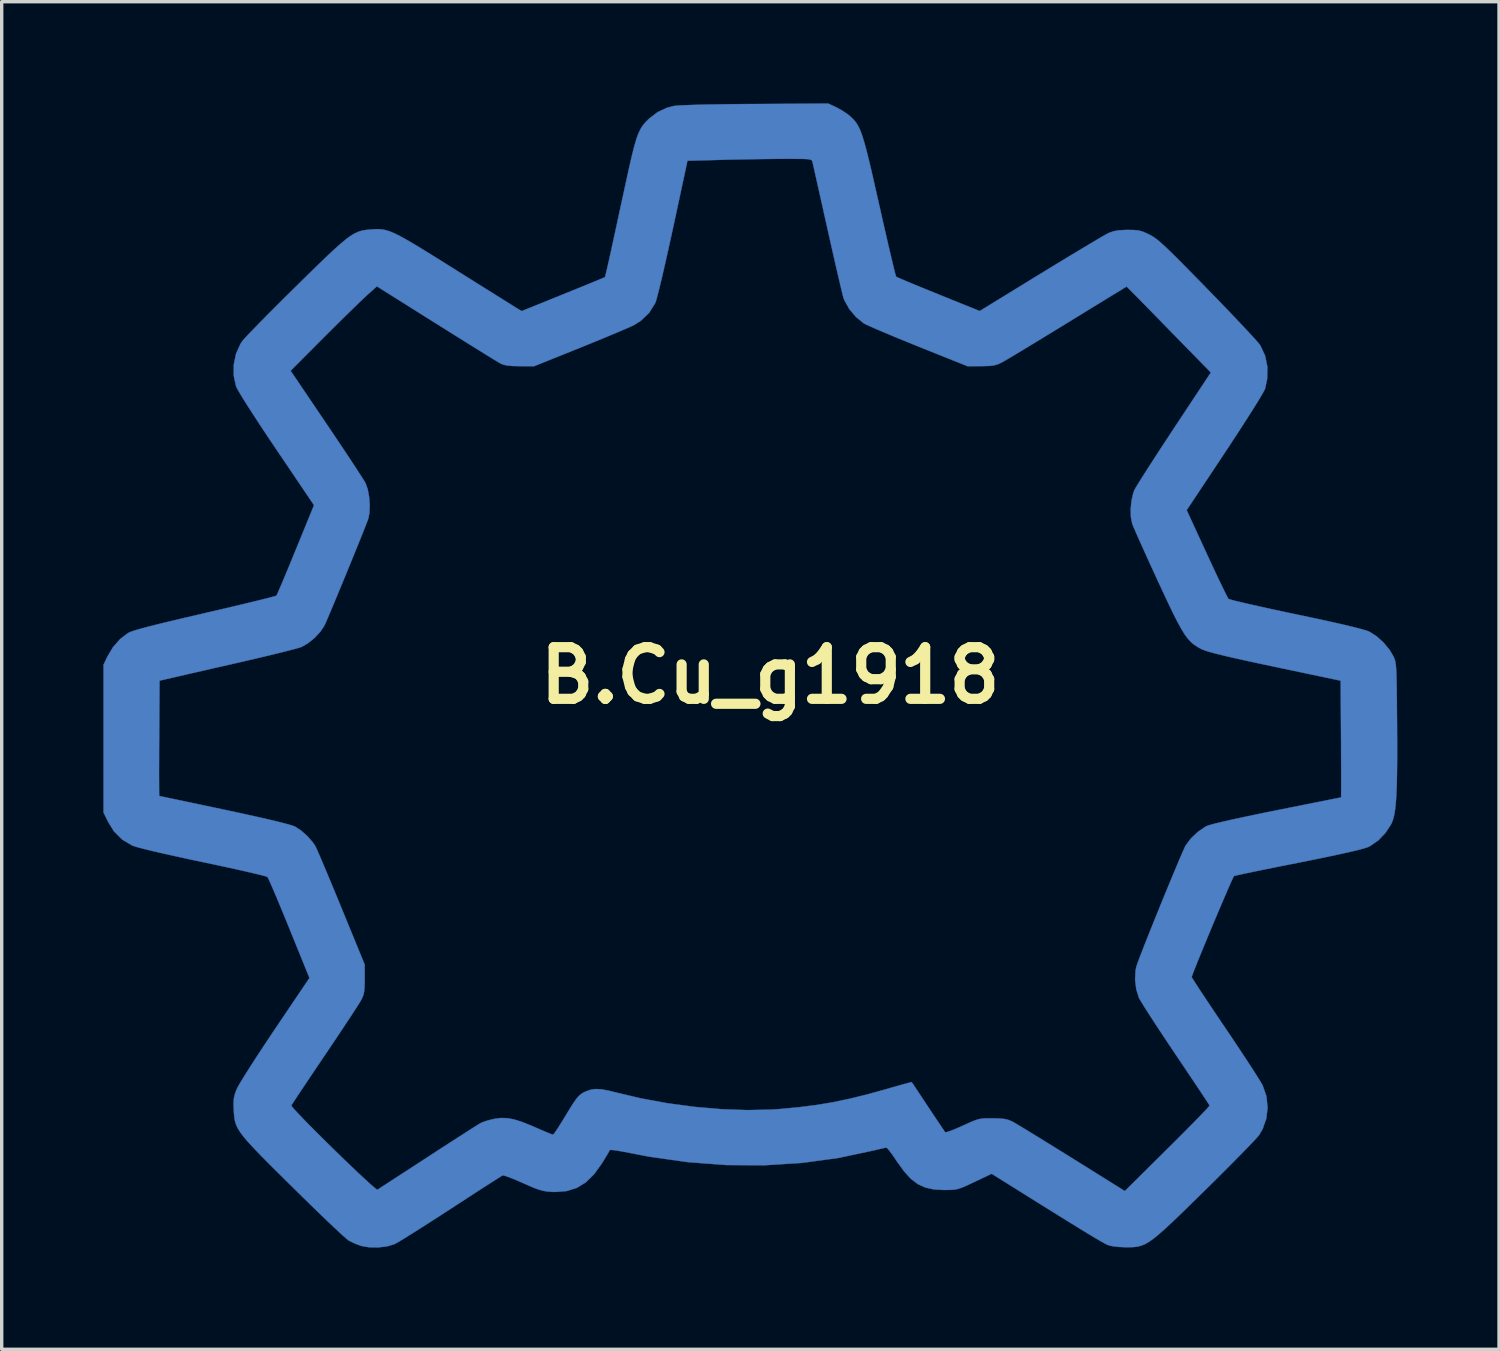
<source format=kicad_pcb>
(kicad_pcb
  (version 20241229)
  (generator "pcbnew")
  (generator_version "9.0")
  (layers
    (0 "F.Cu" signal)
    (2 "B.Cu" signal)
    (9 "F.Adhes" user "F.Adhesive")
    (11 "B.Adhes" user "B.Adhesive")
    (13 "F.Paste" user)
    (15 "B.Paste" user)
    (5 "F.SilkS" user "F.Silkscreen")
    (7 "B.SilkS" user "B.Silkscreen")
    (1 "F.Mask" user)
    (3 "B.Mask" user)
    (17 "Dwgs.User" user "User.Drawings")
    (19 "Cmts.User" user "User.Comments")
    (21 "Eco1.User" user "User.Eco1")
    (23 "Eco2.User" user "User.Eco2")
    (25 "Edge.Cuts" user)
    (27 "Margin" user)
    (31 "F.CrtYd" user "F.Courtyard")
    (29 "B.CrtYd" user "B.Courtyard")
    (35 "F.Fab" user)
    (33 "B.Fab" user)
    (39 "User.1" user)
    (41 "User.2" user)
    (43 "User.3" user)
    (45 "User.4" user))
  (footprint "B.Cu_g1918"
    (layer "F.Cu")
    (at 19.669 16.875)
    (property "Reference" "B.Cu_g1918" (at 0 0 0) (layer "F.SilkS") (effects (font (size 1.524 1.524) (thickness 0.3))))
    (attr through_hole)
    (fp_poly (pts (xy 1.952 -16.758) (xy 2.117 -16.668) (xy 2.279 -16.56) (xy 2.357 -16.496) (xy 2.431 -16.427) (xy 2.495 -16.357) (xy 2.554 -16.279) (xy 2.608 -16.186) (xy 2.661 -16.071) (xy 2.714 -15.925) (xy 2.771 -15.743) (xy 2.833 -15.516) (xy 2.903 -15.238) (xy 2.983 -14.902) (xy 3.075 -14.499) (xy 3.183 -14.023) (xy 3.221 -13.854) (xy 3.312 -13.449) (xy 3.399 -13.069) (xy 3.479 -12.722) (xy 3.551 -12.417) (xy 3.612 -12.16) (xy 3.66 -11.961) (xy 3.695 -11.827) (xy 3.713 -11.766) (xy 3.715 -11.763) (xy 3.761 -11.741) (xy 3.875 -11.691) (xy 4.049 -11.617) (xy 4.272 -11.524) (xy 4.534 -11.417) (xy 4.826 -11.298) (xy 4.963 -11.242) (xy 6.18 -10.75) (xy 7.984 -11.857) (xy 8.345 -12.077) (xy 8.69 -12.287) (xy 9.011 -12.481) (xy 9.3 -12.654) (xy 9.549 -12.803) (xy 9.75 -12.921) (xy 9.897 -13.005) (xy 9.979 -13.05) (xy 9.985 -13.052) (xy 10.126 -13.103) (xy 10.287 -13.132) (xy 10.498 -13.143) (xy 10.542 -13.143) (xy 10.733 -13.14) (xy 10.873 -13.125) (xy 10.996 -13.09) (xy 11.137 -13.029) (xy 11.181 -13.007) (xy 11.251 -12.97) (xy 11.323 -12.925) (xy 11.403 -12.867) (xy 11.498 -12.789) (xy 11.612 -12.686) (xy 11.752 -12.554) (xy 11.924 -12.385) (xy 12.134 -12.176) (xy 12.386 -11.92) (xy 12.689 -11.612) (xy 12.901 -11.394) (xy 13.192 -11.095) (xy 13.468 -10.809) (xy 13.723 -10.542) (xy 13.949 -10.302) (xy 14.142 -10.096) (xy 14.295 -9.929) (xy 14.4 -9.809) (xy 14.453 -9.743) (xy 14.454 -9.742) (xy 14.598 -9.435) (xy 14.667 -9.099) (xy 14.659 -8.744) (xy 14.598 -8.459) (xy 14.564 -8.388) (xy 14.487 -8.253) (xy 14.372 -8.063) (xy 14.224 -7.825) (xy 14.047 -7.547) (xy 13.847 -7.237) (xy 13.627 -6.9) (xy 13.415 -6.578) (xy 12.285 -4.877) (xy 12.877 -3.592) (xy 13.02 -3.284) (xy 13.153 -2.999) (xy 13.273 -2.747) (xy 13.374 -2.538) (xy 13.452 -2.381) (xy 13.502 -2.284) (xy 13.518 -2.259) (xy 13.569 -2.241) (xy 13.694 -2.207) (xy 13.885 -2.161) (xy 14.134 -2.103) (xy 14.432 -2.036) (xy 14.771 -1.961) (xy 15.143 -1.881) (xy 15.515 -1.802) (xy 16.061 -1.687) (xy 16.526 -1.586) (xy 16.911 -1.499) (xy 17.218 -1.425) (xy 17.45 -1.365) (xy 17.607 -1.318) (xy 17.679 -1.289) (xy 17.889 -1.155) (xy 18.096 -0.967) (xy 18.274 -0.75) (xy 18.386 -0.56) (xy 18.409 -0.508) (xy 18.428 -0.455) (xy 18.443 -0.391) (xy 18.455 -0.31) (xy 18.464 -0.201) (xy 18.472 -0.057) (xy 18.477 0.131) (xy 18.482 0.371) (xy 18.485 0.672) (xy 18.488 1.042) (xy 18.491 1.414) (xy 18.494 1.976) (xy 18.494 2.461) (xy 18.49 2.874) (xy 18.483 3.223) (xy 18.471 3.514) (xy 18.455 3.755) (xy 18.434 3.951) (xy 18.408 4.11) (xy 18.376 4.238) (xy 18.338 4.343) (xy 18.318 4.385) (xy 18.153 4.639) (xy 17.94 4.862) (xy 17.702 5.028) (xy 17.638 5.06) (xy 17.533 5.096) (xy 17.348 5.146) (xy 17.085 5.208) (xy 16.749 5.283) (xy 16.343 5.368) (xy 15.869 5.465) (xy 15.579 5.523) (xy 15.194 5.599) (xy 14.834 5.671) (xy 14.508 5.737) (xy 14.223 5.796) (xy 13.99 5.845) (xy 13.816 5.883) (xy 13.71 5.908) (xy 13.681 5.917) (xy 13.658 5.959) (xy 13.606 6.069) (xy 13.532 6.236) (xy 13.439 6.451) (xy 13.331 6.702) (xy 13.214 6.978) (xy 13.09 7.271) (xy 12.966 7.568) (xy 12.845 7.86) (xy 12.731 8.136) (xy 12.629 8.386) (xy 12.544 8.599) (xy 12.479 8.764) (xy 12.44 8.872) (xy 12.432 8.895) (xy 12.454 8.934) (xy 12.518 9.036) (xy 12.62 9.194) (xy 12.755 9.399) (xy 12.918 9.644) (xy 13.104 9.923) (xy 13.308 10.227) (xy 13.42 10.391) (xy 13.638 10.715) (xy 13.845 11.026) (xy 14.035 11.314) (xy 14.203 11.571) (xy 14.342 11.788) (xy 14.447 11.956) (xy 14.513 12.067) (xy 14.527 12.094) (xy 14.637 12.41) (xy 14.672 12.743) (xy 14.634 13.073) (xy 14.524 13.384) (xy 14.424 13.553) (xy 14.367 13.622) (xy 14.255 13.743) (xy 14.096 13.91) (xy 13.896 14.115) (xy 13.662 14.353) (xy 13.4 14.616) (xy 13.117 14.898) (xy 12.825 15.186) (xy 12.46 15.544) (xy 12.149 15.847) (xy 11.886 16.1) (xy 11.664 16.307) (xy 11.477 16.473) (xy 11.319 16.602) (xy 11.183 16.7) (xy 11.064 16.77) (xy 10.954 16.816) (xy 10.847 16.845) (xy 10.738 16.86) (xy 10.619 16.865) (xy 10.499 16.866) (xy 10.262 16.856) (xy 10.065 16.829) (xy 9.966 16.801) (xy 9.92 16.781) (xy 9.852 16.746) (xy 9.757 16.692) (xy 9.63 16.619) (xy 9.468 16.522) (xy 9.265 16.399) (xy 9.018 16.247) (xy 8.723 16.065) (xy 8.374 15.848) (xy 7.967 15.595) (xy 7.499 15.302) (xy 6.964 14.967) (xy 6.855 14.899) (xy 6.534 14.698) (xy 6.029 14.937) (xy 5.823 15.034) (xy 5.671 15.101) (xy 5.552 15.142) (xy 5.444 15.165) (xy 5.324 15.174) (xy 5.171 15.176) (xy 5.122 15.177) (xy 4.827 15.16) (xy 4.576 15.105) (xy 4.354 15.003) (xy 4.149 14.846) (xy 3.949 14.626) (xy 3.738 14.334) (xy 3.709 14.289) (xy 3.606 14.138) (xy 3.516 14.018) (xy 3.451 13.944) (xy 3.426 13.928) (xy 3.365 13.938) (xy 3.246 13.964) (xy 3.091 14.001) (xy 3.055 14.01) (xy 2.007 14.233) (xy 0.93 14.379) (xy -0.172 14.448) (xy -1.292 14.441) (xy -2.424 14.356) (xy -3.563 14.195) (xy -4.105 14.091) (xy -4.321 14.049) (xy -4.505 14.017) (xy -4.643 13.998) (xy -4.72 13.995) (xy -4.731 13.999) (xy -4.757 14.048) (xy -4.818 14.151) (xy -4.903 14.292) (xy -4.964 14.391) (xy -5.193 14.71) (xy -5.436 14.95) (xy -5.703 15.114) (xy -6.001 15.208) (xy -6.337 15.235) (xy -6.426 15.233) (xy -6.568 15.222) (xy -6.694 15.202) (xy -6.823 15.167) (xy -6.977 15.11) (xy -7.175 15.024) (xy -7.295 14.971) (xy -7.495 14.884) (xy -7.669 14.813) (xy -7.803 14.765) (xy -7.88 14.745) (xy -7.891 14.746) (xy -7.936 14.772) (xy -8.045 14.841) (xy -8.21 14.945) (xy -8.422 15.081) (xy -8.674 15.244) (xy -8.959 15.429) (xy -9.268 15.63) (xy -9.422 15.73) (xy -9.746 15.94) (xy -10.055 16.138) (xy -10.339 16.32) (xy -10.59 16.478) (xy -10.799 16.608) (xy -10.959 16.705) (xy -11.06 16.762) (xy -11.082 16.774) (xy -11.301 16.84) (xy -11.562 16.871) (xy -11.829 16.867) (xy -12.054 16.829) (xy -12.22 16.77) (xy -12.385 16.693) (xy -12.443 16.66) (xy -12.506 16.609) (xy -12.623 16.505) (xy -12.786 16.354) (xy -12.99 16.162) (xy -13.227 15.935) (xy -13.491 15.679) (xy -13.775 15.402) (xy -14.073 15.109) (xy -14.094 15.088) (xy -14.457 14.729) (xy -14.764 14.424) (xy -15.02 14.165) (xy -15.23 13.947) (xy -15.399 13.764) (xy -15.531 13.609) (xy -15.631 13.476) (xy -15.704 13.359) (xy -15.754 13.252) (xy -15.787 13.148) (xy -15.806 13.041) (xy -15.817 12.925) (xy -15.824 12.808) (xy -15.83 12.614) (xy -15.819 12.468) (xy -15.787 12.336) (xy -15.74 12.211) (xy -15.695 12.122) (xy -15.607 11.972) (xy -15.483 11.77) (xy -15.327 11.524) (xy -15.146 11.244) (xy -14.945 10.937) (xy -14.729 10.613) (xy -14.614 10.441) (xy -13.59 8.923) (xy -14.185 7.457) (xy -14.321 7.124) (xy -14.449 6.814) (xy -14.564 6.538) (xy -14.664 6.304) (xy -14.744 6.121) (xy -14.8 5.997) (xy -14.829 5.943) (xy -14.83 5.942) (xy -14.881 5.924) (xy -15.006 5.89) (xy -15.197 5.844) (xy -15.445 5.786) (xy -15.741 5.719) (xy -16.078 5.645) (xy -16.446 5.566) (xy -16.743 5.504) (xy -17.174 5.412) (xy -17.573 5.325) (xy -17.93 5.245) (xy -18.24 5.173) (xy -18.493 5.111) (xy -18.681 5.061) (xy -18.797 5.025) (xy -18.817 5.017) (xy -19.115 4.84) (xy -19.354 4.602) (xy -19.524 4.328) (xy -19.664 4.045) (xy -19.664 2.873) (xy -18.028 2.873) (xy -18.027 3.133) (xy -18.026 3.339) (xy -18.025 3.481) (xy -18.022 3.55) (xy -18.021 3.556) (xy -17.978 3.564) (xy -17.86 3.589) (xy -17.677 3.627) (xy -17.435 3.678) (xy -17.143 3.739) (xy -16.81 3.81) (xy -16.444 3.887) (xy -16.11 3.958) (xy -15.611 4.065) (xy -15.171 4.162) (xy -14.796 4.248) (xy -14.488 4.321) (xy -14.253 4.382) (xy -14.093 4.428) (xy -14.022 4.455) (xy -13.84 4.573) (xy -13.652 4.739) (xy -13.489 4.926) (xy -13.423 5.023) (xy -13.391 5.087) (xy -13.332 5.221) (xy -13.247 5.416) (xy -13.143 5.662) (xy -13.021 5.953) (xy -12.886 6.277) (xy -12.741 6.628) (xy -12.655 6.837) (xy -11.961 8.53) (xy -11.961 8.954) (xy -11.964 9.162) (xy -11.976 9.31) (xy -11.999 9.422) (xy -12.039 9.523) (xy -12.062 9.567) (xy -12.107 9.644) (xy -12.194 9.781) (xy -12.318 9.972) (xy -12.472 10.206) (xy -12.651 10.476) (xy -12.849 10.773) (xy -13.06 11.087) (xy -13.135 11.197) (xy -13.345 11.509) (xy -13.541 11.8) (xy -13.717 12.063) (xy -13.868 12.289) (xy -13.988 12.471) (xy -14.074 12.601) (xy -14.119 12.672) (xy -14.125 12.683) (xy -14.101 12.723) (xy -14.023 12.815) (xy -13.899 12.948) (xy -13.736 13.118) (xy -13.543 13.315) (xy -13.326 13.532) (xy -13.094 13.762) (xy -12.855 13.997) (xy -12.616 14.23) (xy -12.384 14.453) (xy -12.167 14.659) (xy -11.974 14.839) (xy -11.811 14.988) (xy -11.687 15.097) (xy -11.609 15.158) (xy -11.585 15.169) (xy -11.54 15.14) (xy -11.432 15.069) (xy -11.268 14.963) (xy -11.057 14.826) (xy -10.806 14.663) (xy -10.523 14.479) (xy -10.216 14.279) (xy -10.096 14.201) (xy -9.778 13.994) (xy -9.478 13.8) (xy -9.205 13.624) (xy -8.966 13.471) (xy -8.771 13.346) (xy -8.627 13.256) (xy -8.542 13.205) (xy -8.529 13.197) (xy -8.418 13.153) (xy -8.262 13.108) (xy -8.137 13.079) (xy -7.95 13.054) (xy -7.765 13.058) (xy -7.566 13.093) (xy -7.336 13.164) (xy -7.059 13.274) (xy -6.918 13.335) (xy -6.732 13.416) (xy -6.574 13.483) (xy -6.46 13.528) (xy -6.407 13.545) (xy -6.406 13.545) (xy -6.372 13.511) (xy -6.305 13.416) (xy -6.213 13.275) (xy -6.106 13.102) (xy -6.075 13.051) (xy -5.93 12.811) (xy -5.817 12.632) (xy -5.729 12.504) (xy -5.655 12.414) (xy -5.586 12.352) (xy -5.513 12.306) (xy -5.443 12.272) (xy -5.301 12.221) (xy -5.153 12.199) (xy -4.981 12.208) (xy -4.764 12.247) (xy -4.565 12.297) (xy -3.807 12.476) (xy -3.02 12.62) (xy -2.222 12.726) (xy -1.432 12.794) (xy -0.669 12.821) (xy 0.048 12.805) (xy 0.296 12.788) (xy 0.858 12.734) (xy 1.373 12.669) (xy 1.866 12.586) (xy 2.364 12.481) (xy 2.892 12.35) (xy 3.387 12.213) (xy 3.629 12.143) (xy 3.842 12.083) (xy 4.012 12.036) (xy 4.127 12.005) (xy 4.174 11.994) (xy 4.174 11.994) (xy 4.198 12.03) (xy 4.262 12.126) (xy 4.358 12.271) (xy 4.48 12.455) (xy 4.62 12.667) (xy 4.656 12.721) (xy 4.802 12.941) (xy 4.933 13.136) (xy 5.041 13.297) (xy 5.119 13.412) (xy 5.159 13.47) (xy 5.162 13.473) (xy 5.21 13.469) (xy 5.318 13.434) (xy 5.471 13.373) (xy 5.654 13.293) (xy 5.676 13.283) (xy 5.878 13.191) (xy 6.027 13.128) (xy 6.145 13.09) (xy 6.256 13.07) (xy 6.382 13.063) (xy 6.547 13.063) (xy 6.562 13.063) (xy 6.772 13.069) (xy 6.923 13.084) (xy 7.04 13.114) (xy 7.147 13.161) (xy 7.221 13.203) (xy 7.359 13.285) (xy 7.552 13.402) (xy 7.79 13.548) (xy 8.067 13.718) (xy 8.374 13.908) (xy 8.701 14.111) (xy 8.896 14.232) (xy 10.461 15.209) (xy 11.716 13.965) (xy 11.985 13.698) (xy 12.233 13.449) (xy 12.455 13.225) (xy 12.644 13.031) (xy 12.795 12.874) (xy 12.901 12.76) (xy 12.955 12.697) (xy 12.962 12.686) (xy 12.937 12.644) (xy 12.869 12.54) (xy 12.764 12.38) (xy 12.626 12.173) (xy 12.461 11.926) (xy 12.273 11.645) (xy 12.068 11.34) (xy 11.956 11.173) (xy 11.739 10.85) (xy 11.535 10.542) (xy 11.348 10.258) (xy 11.185 10.007) (xy 11.05 9.796) (xy 10.95 9.634) (xy 10.889 9.531) (xy 10.876 9.505) (xy 10.798 9.254) (xy 10.764 8.974) (xy 10.777 8.704) (xy 10.806 8.572) (xy 10.84 8.473) (xy 10.902 8.308) (xy 10.987 8.088) (xy 11.091 7.824) (xy 11.209 7.527) (xy 11.338 7.206) (xy 11.473 6.873) (xy 11.61 6.537) (xy 11.745 6.209) (xy 11.873 5.901) (xy 11.99 5.621) (xy 12.091 5.381) (xy 12.174 5.191) (xy 12.232 5.062) (xy 12.257 5.013) (xy 12.409 4.809) (xy 12.612 4.616) (xy 12.837 4.462) (xy 12.869 4.445) (xy 12.957 4.414) (xy 13.125 4.368) (xy 13.367 4.31) (xy 13.679 4.239) (xy 14.057 4.158) (xy 14.497 4.066) (xy 14.935 3.978) (xy 15.323 3.9) (xy 15.684 3.828) (xy 16.011 3.762) (xy 16.296 3.706) (xy 16.529 3.659) (xy 16.702 3.625) (xy 16.808 3.604) (xy 16.839 3.598) (xy 16.841 3.558) (xy 16.842 3.441) (xy 16.843 3.257) (xy 16.843 3.016) (xy 16.843 2.725) (xy 16.841 2.394) (xy 16.84 2.032) (xy 16.839 1.876) (xy 16.828 0.154) (xy 14.88 -0.257) (xy 14.39 -0.361) (xy 13.976 -0.451) (xy 13.633 -0.527) (xy 13.353 -0.593) (xy 13.13 -0.648) (xy 12.958 -0.695) (xy 12.83 -0.735) (xy 12.739 -0.77) (xy 12.709 -0.785) (xy 12.599 -0.846) (xy 12.5 -0.912) (xy 12.408 -0.99) (xy 12.319 -1.087) (xy 12.227 -1.212) (xy 12.129 -1.372) (xy 12.018 -1.574) (xy 11.89 -1.825) (xy 11.741 -2.134) (xy 11.566 -2.508) (xy 11.431 -2.799) (xy 11.275 -3.138) (xy 11.128 -3.46) (xy 10.995 -3.755) (xy 10.879 -4.013) (xy 10.785 -4.225) (xy 10.717 -4.382) (xy 10.681 -4.472) (xy 10.678 -4.479) (xy 10.64 -4.674) (xy 10.634 -4.913) (xy 10.659 -5.162) (xy 10.712 -5.386) (xy 10.743 -5.468) (xy 10.783 -5.541) (xy 10.865 -5.676) (xy 10.983 -5.865) (xy 11.134 -6.101) (xy 11.311 -6.376) (xy 11.509 -6.681) (xy 11.724 -7.008) (xy 11.912 -7.294) (xy 12.999 -8.937) (xy 11.76 -10.204) (xy 11.496 -10.475) (xy 11.25 -10.726) (xy 11.03 -10.951) (xy 10.841 -11.143) (xy 10.689 -11.297) (xy 10.581 -11.406) (xy 10.523 -11.464) (xy 10.515 -11.472) (xy 10.478 -11.451) (xy 10.377 -11.389) (xy 10.217 -11.292) (xy 10.006 -11.163) (xy 9.752 -11.007) (xy 9.46 -10.829) (xy 9.138 -10.631) (xy 8.793 -10.419) (xy 8.778 -10.41) (xy 8.424 -10.193) (xy 8.085 -9.986) (xy 7.77 -9.794) (xy 7.486 -9.622) (xy 7.243 -9.476) (xy 7.048 -9.359) (xy 6.909 -9.278) (xy 6.837 -9.237) (xy 6.722 -9.183) (xy 6.613 -9.15) (xy 6.482 -9.132) (xy 6.303 -9.126) (xy 6.223 -9.125) (xy 5.821 -9.123) (xy 4.371 -9.704) (xy 4.034 -9.841) (xy 3.716 -9.971) (xy 3.427 -10.092) (xy 3.177 -10.198) (xy 2.976 -10.285) (xy 2.834 -10.35) (xy 2.762 -10.387) (xy 2.532 -10.574) (xy 2.334 -10.808) (xy 2.191 -11.063) (xy 2.164 -11.134) (xy 2.144 -11.205) (xy 2.109 -11.35) (xy 2.059 -11.559) (xy 1.997 -11.824) (xy 1.925 -12.135) (xy 1.846 -12.483) (xy 1.761 -12.86) (xy 1.692 -13.166) (xy 1.605 -13.555) (xy 1.523 -13.922) (xy 1.448 -14.257) (xy 1.382 -14.551) (xy 1.327 -14.796) (xy 1.285 -14.983) (xy 1.258 -15.103) (xy 1.248 -15.145) (xy 1.238 -15.179) (xy 1.218 -15.203) (xy 1.175 -15.22) (xy 1.098 -15.231) (xy 0.976 -15.237) (xy 0.795 -15.239) (xy 0.544 -15.24) (xy 0.472 -15.24) (xy 0.203 -15.239) (xy -0.126 -15.235) (xy -0.491 -15.23) (xy -0.867 -15.223) (xy -1.229 -15.216) (xy -1.361 -15.212) (xy -2.44 -15.184) (xy -2.871 -13.179) (xy -2.96 -12.773) (xy -3.046 -12.386) (xy -3.127 -12.028) (xy -3.201 -11.709) (xy -3.267 -11.436) (xy -3.322 -11.219) (xy -3.363 -11.067) (xy -3.389 -10.989) (xy -3.571 -10.698) (xy -3.816 -10.463) (xy -4.008 -10.342) (xy -4.106 -10.295) (xy -4.272 -10.222) (xy -4.494 -10.127) (xy -4.761 -10.015) (xy -5.061 -9.891) (xy -5.383 -9.759) (xy -5.609 -9.668) (xy -6.964 -9.123) (xy -7.387 -9.124) (xy -7.608 -9.129) (xy -7.766 -9.144) (xy -7.882 -9.171) (xy -7.958 -9.205) (xy -8.023 -9.243) (xy -8.152 -9.321) (xy -8.337 -9.435) (xy -8.571 -9.58) (xy -8.846 -9.751) (xy -9.154 -9.943) (xy -9.488 -10.152) (xy -9.84 -10.373) (xy -9.854 -10.381) (xy -11.602 -11.479) (xy -11.886 -11.224) (xy -11.987 -11.131) (xy -12.137 -10.987) (xy -12.327 -10.802) (xy -12.548 -10.586) (xy -12.788 -10.349) (xy -13.039 -10.099) (xy -13.159 -9.979) (xy -14.147 -8.988) (xy -13.09 -7.425) (xy -12.867 -7.094) (xy -12.655 -6.778) (xy -12.46 -6.485) (xy -12.288 -6.224) (xy -12.144 -6.003) (xy -12.033 -5.831) (xy -11.96 -5.714) (xy -11.936 -5.673) (xy -11.872 -5.492) (xy -11.83 -5.262) (xy -11.813 -5.016) (xy -11.823 -4.786) (xy -11.854 -4.63) (xy -11.886 -4.542) (xy -11.946 -4.388) (xy -12.029 -4.178) (xy -12.131 -3.925) (xy -12.247 -3.639) (xy -12.372 -3.332) (xy -12.502 -3.015) (xy -12.632 -2.699) (xy -12.758 -2.395) (xy -12.874 -2.115) (xy -12.977 -1.87) (xy -13.062 -1.67) (xy -13.124 -1.528) (xy -13.156 -1.459) (xy -13.274 -1.285) (xy -13.442 -1.107) (xy -13.634 -0.951) (xy -13.814 -0.846) (xy -13.895 -0.819) (xy -14.048 -0.777) (xy -14.262 -0.721) (xy -14.529 -0.654) (xy -14.838 -0.579) (xy -15.179 -0.498) (xy -15.54 -0.414) (xy -15.6 -0.4) (xy -15.976 -0.314) (xy -16.342 -0.231) (xy -16.686 -0.152) (xy -16.997 -0.081) (xy -17.262 -0.02) (xy -17.469 0.028) (xy -17.606 0.059) (xy -17.611 0.06) (xy -18.013 0.153) (xy -18.024 1.854) (xy -18.026 2.225) (xy -18.027 2.567) (xy -18.028 2.873) (xy -19.664 2.873) (xy -19.664 -0.318) (xy -19.552 -0.555) (xy -19.386 -0.834) (xy -19.174 -1.076) (xy -18.941 -1.253) (xy -18.869 -1.286) (xy -18.75 -1.327) (xy -18.576 -1.377) (xy -18.345 -1.44) (xy -18.051 -1.514) (xy -17.688 -1.602) (xy -17.253 -1.705) (xy -16.741 -1.824) (xy -16.679 -1.839) (xy -16.272 -1.933) (xy -15.89 -2.023) (xy -15.541 -2.106) (xy -15.233 -2.18) (xy -14.974 -2.244) (xy -14.771 -2.295) (xy -14.634 -2.332) (xy -14.569 -2.353) (xy -14.565 -2.355) (xy -14.541 -2.402) (xy -14.49 -2.518) (xy -14.415 -2.693) (xy -14.32 -2.919) (xy -14.209 -3.185) (xy -14.086 -3.483) (xy -13.994 -3.708) (xy -13.456 -5.023) (xy -14.569 -6.671) (xy -14.82 -7.044) (xy -15.049 -7.39) (xy -15.254 -7.704) (xy -15.43 -7.978) (xy -15.573 -8.206) (xy -15.678 -8.381) (xy -15.742 -8.497) (xy -15.756 -8.53) (xy -15.824 -8.842) (xy -15.823 -9.17) (xy -15.757 -9.489) (xy -15.628 -9.777) (xy -15.569 -9.866) (xy -15.511 -9.934) (xy -15.399 -10.054) (xy -15.24 -10.22) (xy -15.04 -10.425) (xy -14.806 -10.662) (xy -14.545 -10.924) (xy -14.263 -11.204) (xy -13.986 -11.478) (xy -13.626 -11.832) (xy -13.319 -12.132) (xy -13.059 -12.381) (xy -12.841 -12.585) (xy -12.657 -12.748) (xy -12.502 -12.876) (xy -12.37 -12.972) (xy -12.253 -13.041) (xy -12.146 -13.09) (xy -12.042 -13.121) (xy -11.935 -13.14) (xy -11.819 -13.152) (xy -11.772 -13.156) (xy -11.653 -13.163) (xy -11.545 -13.164) (xy -11.44 -13.156) (xy -11.333 -13.134) (xy -11.214 -13.097) (xy -11.077 -13.039) (xy -10.914 -12.958) (xy -10.719 -12.85) (xy -10.484 -12.712) (xy -10.202 -12.54) (xy -9.864 -12.331) (xy -9.465 -12.081) (xy -9.32 -11.99) (xy -8.971 -11.771) (xy -8.64 -11.563) (xy -8.334 -11.372) (xy -8.063 -11.202) (xy -7.832 -11.058) (xy -7.65 -10.944) (xy -7.525 -10.866) (xy -7.465 -10.829) (xy -7.331 -10.748) (xy -6.11 -11.242) (xy -5.809 -11.364) (xy -5.533 -11.476) (xy -5.294 -11.574) (xy -5.099 -11.654) (xy -4.96 -11.712) (xy -4.885 -11.744) (xy -4.875 -11.749) (xy -4.862 -11.793) (xy -4.834 -11.907) (xy -4.794 -12.078) (xy -4.745 -12.295) (xy -4.69 -12.544) (xy -4.678 -12.602) (xy -4.617 -12.879) (xy -4.544 -13.217) (xy -4.463 -13.593) (xy -4.378 -13.985) (xy -4.294 -14.37) (xy -4.234 -14.647) (xy -4.147 -15.043) (xy -4.072 -15.365) (xy -4.006 -15.624) (xy -3.945 -15.831) (xy -3.884 -15.994) (xy -3.821 -16.125) (xy -3.752 -16.232) (xy -3.672 -16.327) (xy -3.579 -16.419) (xy -3.574 -16.424) (xy -3.317 -16.62) (xy -3.039 -16.748) (xy -2.836 -16.8) (xy -2.739 -16.81) (xy -2.563 -16.82) (xy -2.315 -16.829) (xy -2 -16.838) (xy -1.625 -16.845) (xy -1.196 -16.851) (xy -0.72 -16.856) (xy -0.445 -16.857) (xy 1.714 -16.87) (xy 1.952 -16.758)) (stroke (width 0.01) (type solid)) (fill yes) (layer "B.Cu")))
  (gr_rect
    (start -3 -3)
    (end 41.168 36.751)
    (stroke (width 0.1) (type default))
    (fill no)
    (layer "Edge.Cuts")))
</source>
